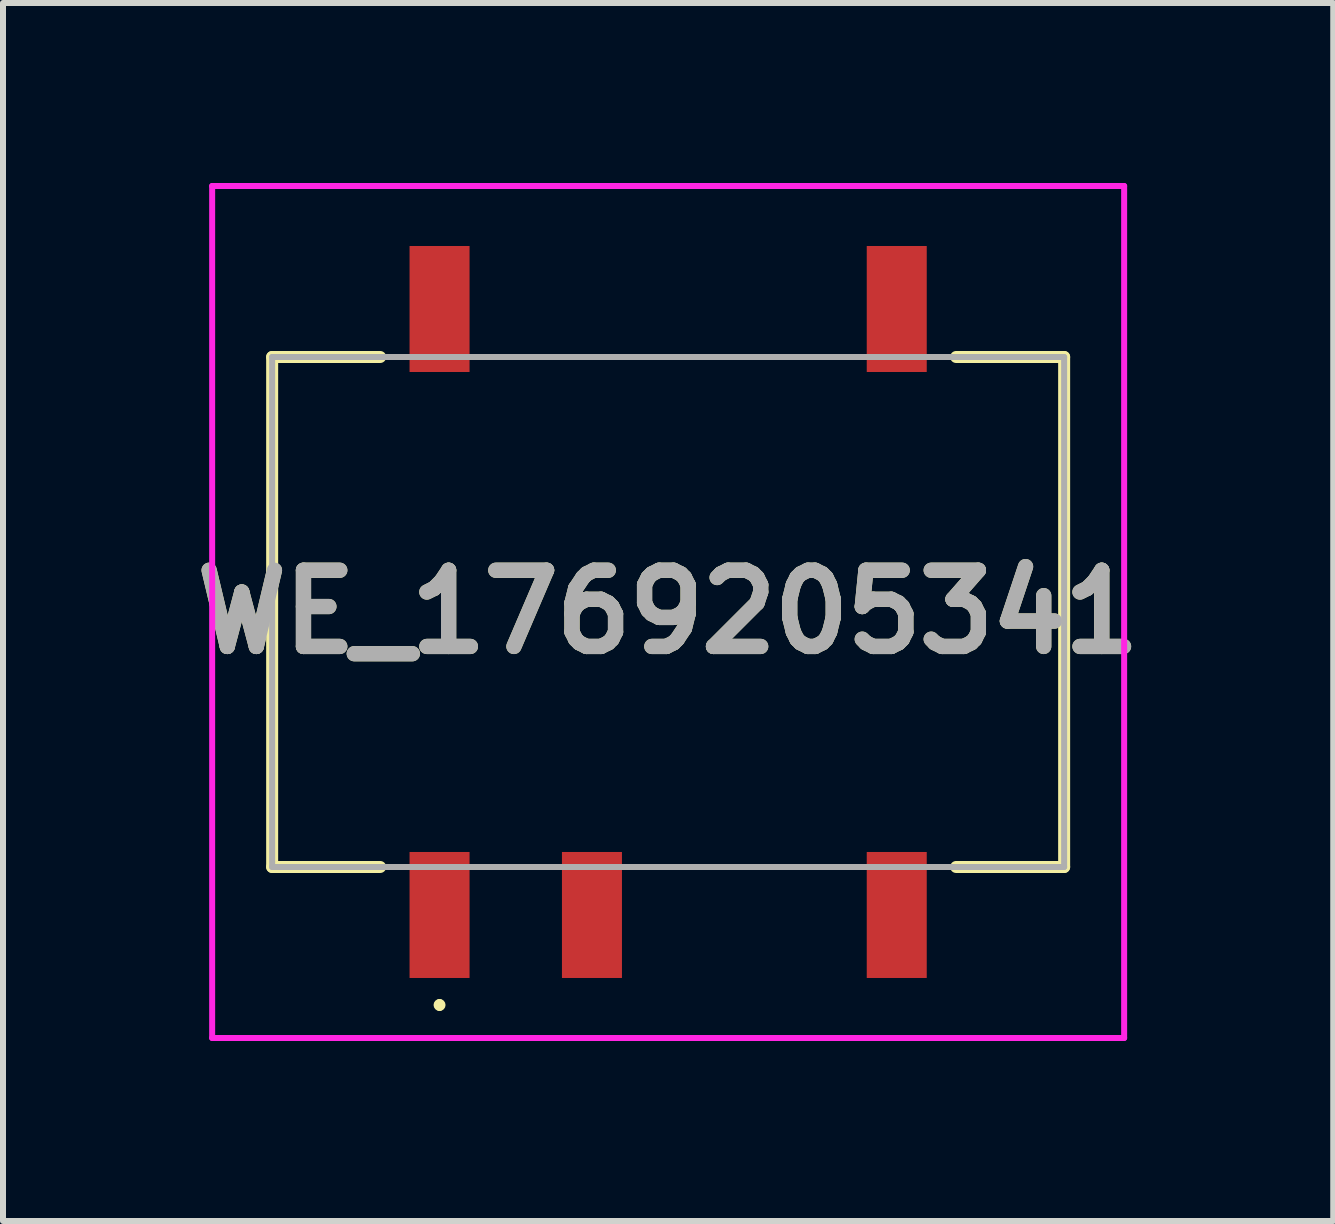
<source format=kicad_pcb>
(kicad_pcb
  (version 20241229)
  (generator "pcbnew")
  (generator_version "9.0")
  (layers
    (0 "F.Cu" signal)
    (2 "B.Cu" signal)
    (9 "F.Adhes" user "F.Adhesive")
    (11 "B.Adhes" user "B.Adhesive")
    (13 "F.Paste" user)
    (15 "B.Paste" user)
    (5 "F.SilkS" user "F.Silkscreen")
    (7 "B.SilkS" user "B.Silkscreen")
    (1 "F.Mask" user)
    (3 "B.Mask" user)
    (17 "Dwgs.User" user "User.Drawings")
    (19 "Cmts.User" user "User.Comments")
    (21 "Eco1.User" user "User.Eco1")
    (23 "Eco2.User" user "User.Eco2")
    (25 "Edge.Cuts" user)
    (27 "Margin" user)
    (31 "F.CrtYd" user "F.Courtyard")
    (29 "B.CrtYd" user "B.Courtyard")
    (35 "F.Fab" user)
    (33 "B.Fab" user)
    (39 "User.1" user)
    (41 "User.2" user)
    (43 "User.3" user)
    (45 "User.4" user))
  (footprint "WE_1769205341"
    (layer "F.Cu")
    (at 8.086 7.15)
    (property "Reference" "WE_1769205341" (at 0 0 0) (layer "F.SilkS") (effects (font (size 1.27 1.27) (thickness 0.254))))
    (attr smd)
    (fp_line (start -6.6 -4.25) (end -6.6 4.25) (stroke (width 0.2) (type solid)) (layer "F.SilkS"))
    (fp_line (start -6.6 4.25) (end -4.8 4.25) (stroke (width 0.2) (type solid)) (layer "F.SilkS"))
    (fp_line (start -4.8 -4.25) (end -6.6 -4.25) (stroke (width 0.2) (type solid)) (layer "F.SilkS"))
    (fp_line (start -3.81 6.5) (end -3.81 6.5) (stroke (width 0.1) (type solid)) (layer "F.SilkS"))
    (fp_line (start -3.81 6.6) (end -3.81 6.6) (stroke (width 0.1) (type solid)) (layer "F.SilkS"))
    (fp_line (start 4.8 -4.25) (end 6.6 -4.25) (stroke (width 0.2) (type solid)) (layer "F.SilkS"))
    (fp_line (start 6.6 -4.25) (end 6.6 4.25) (stroke (width 0.2) (type solid)) (layer "F.SilkS"))
    (fp_line (start 6.6 4.25) (end 4.8 4.25) (stroke (width 0.2) (type solid)) (layer "F.SilkS"))
    (fp_arc (start -3.81 6.5) (mid -3.76 6.55) (end -3.81 6.6) (stroke (width 0.1) (type solid)) (layer "F.SilkS"))
    (fp_arc (start -3.81 6.6) (mid -3.86 6.55) (end -3.81 6.5) (stroke (width 0.1) (type solid)) (layer "F.SilkS"))
    (fp_line (start -7.6 -7.1) (end 7.6 -7.1) (stroke (width 0.1) (type solid)) (layer "F.CrtYd"))
    (fp_line (start -7.6 7.1) (end -7.6 -7.1) (stroke (width 0.1) (type solid)) (layer "F.CrtYd"))
    (fp_line (start 7.6 -7.1) (end 7.6 7.1) (stroke (width 0.1) (type solid)) (layer "F.CrtYd"))
    (fp_line (start 7.6 7.1) (end -7.6 7.1) (stroke (width 0.1) (type solid)) (layer "F.CrtYd"))
    (fp_line (start -6.6 -4.25) (end 6.6 -4.25) (stroke (width 0.1) (type solid)) (layer "F.Fab"))
    (fp_line (start -6.6 4.25) (end -6.6 -4.25) (stroke (width 0.1) (type solid)) (layer "F.Fab"))
    (fp_line (start 6.6 -4.25) (end 6.6 4.25) (stroke (width 0.1) (type solid)) (layer "F.Fab"))
    (fp_line (start 6.6 4.25) (end -6.6 4.25) (stroke (width 0.1) (type solid)) (layer "F.Fab"))
    (fp_text user "${REFERENCE}" (at 0 0 0) (layer "F.Fab") (effects (font (size 1.27 1.27) (thickness 0.254))))
    (pad "1" smd rect (at -3.81 5.05) (size 1 2.1) (layers "F.Cu" "F.Mask" "F.Paste"))
    (pad "2" smd rect (at -1.27 5.05) (size 1 2.1) (layers "F.Cu" "F.Mask" "F.Paste"))
    (pad "4" smd rect (at 3.81 5.05) (size 1 2.1) (layers "F.Cu" "F.Mask" "F.Paste"))
    (pad "5" smd rect (at 3.81 -5.05) (size 1 2.1) (layers "F.Cu" "F.Mask" "F.Paste"))
    (pad "8" smd rect (at -3.81 -5.05) (size 1 2.1) (layers "F.Cu" "F.Mask" "F.Paste")))
  (gr_rect
    (start -3 -3)
    (end 19.171 17.3)
    (stroke (width 0.1) (type default))
    (fill no)
    (layer "Edge.Cuts")))
</source>
